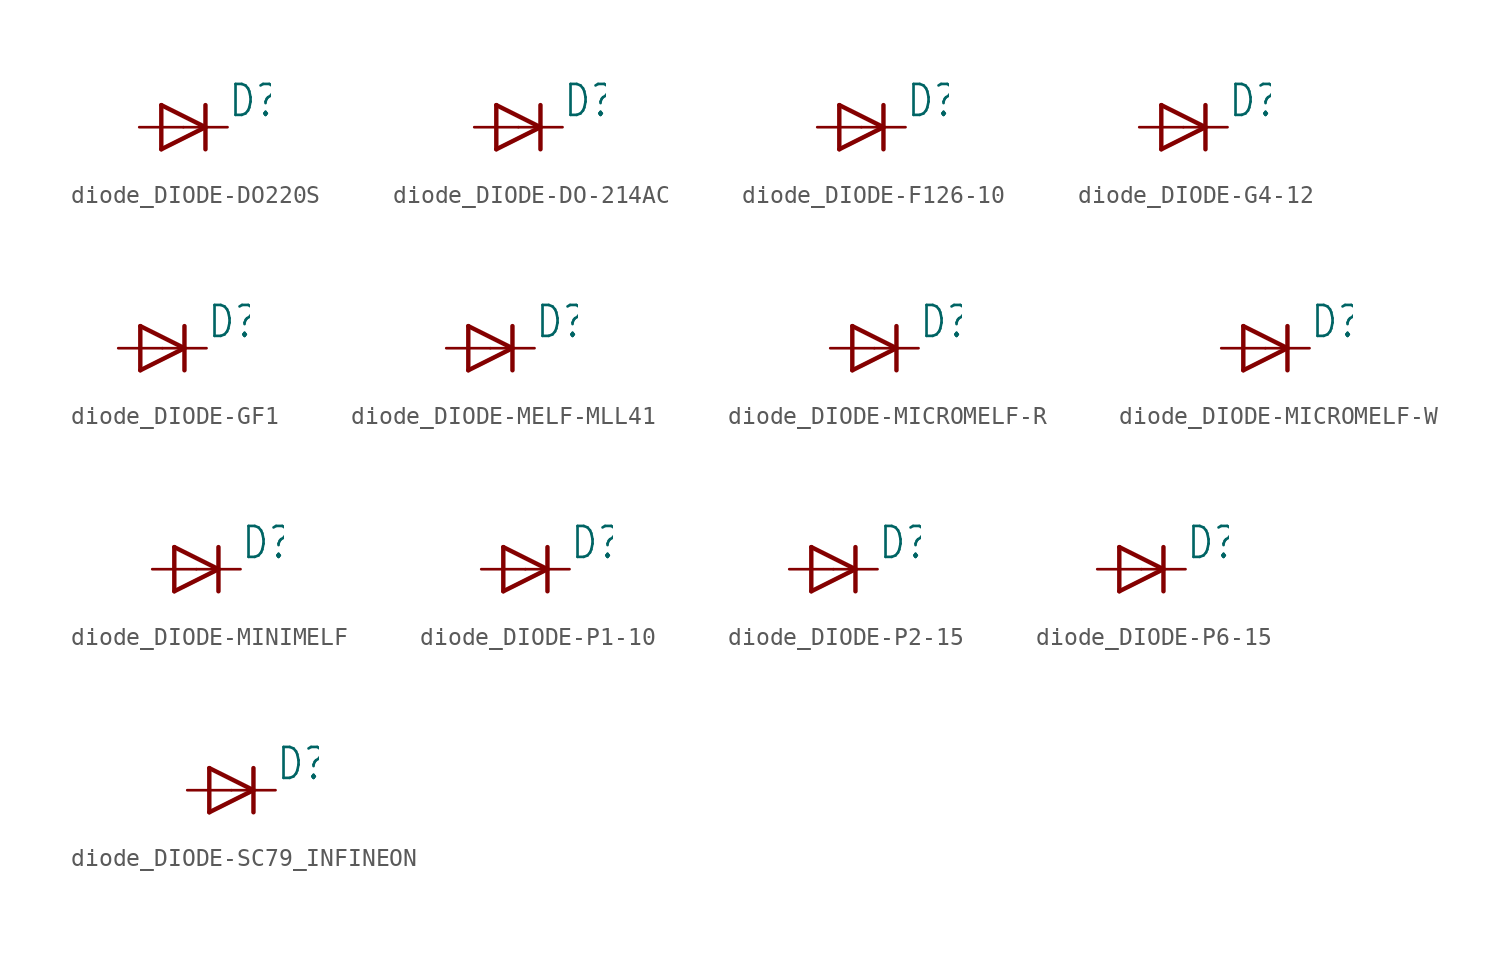
<source format=kicad_sym>
(kicad_symbol_lib
  (version 20231120)
  (generator "kicad_symbol_editor")
  (generator_version "8.0")
  (symbol "diode_DIODE-DO220S"
    (property "Reference" "D"
      (at 2.54 0.483 0)
      (effects (font (size 1.778 1.511)) (justify left bottom)))
    (property "Value" ""
      (at 2.54 -2.311 0)
      (effects (font (size 1.778 1.511)) (justify left bottom)))
    (property "ki_locked" ""
      (at 0 0 0)
      (effects (font (size 1.27 1.27))))
    (symbol "diode_DIODE-DO220S_1_0"
      (polyline (pts (xy -1.27 -1.27) (xy 1.27 0)) (stroke (width 0.254) (type solid)) (fill (type none)))
      (polyline (pts (xy -1.27 1.27) (xy -1.27 -1.27)) (stroke (width 0.254) (type solid)) (fill (type none)))
      (polyline (pts (xy 1.27 0) (xy -1.27 1.27)) (stroke (width 0.254) (type solid)) (fill (type none)))
      (polyline (pts (xy 1.27 0) (xy 1.27 -1.27)) (stroke (width 0.254) (type solid)) (fill (type none)))
      (polyline (pts (xy 1.27 1.27) (xy 1.27 0)) (stroke (width 0.254) (type solid)) (fill (type none)))
      (pin passive line (at -2.54 0 0) (length 2.54) (name "A" (effects (font (size 0 0)))) (number "A" (effects (font (size 0 0)))))
      (pin passive line (at 2.54 0 180) (length 2.54) (name "C" (effects (font (size 0 0)))) (number "C" (effects (font (size 0 0)))))))
  (symbol "diode_DIODE-DO-214AC"
    (property "Reference" "D"
      (at 2.54 0.483 0)
      (effects (font (size 1.778 1.511)) (justify left bottom)))
    (property "Value" ""
      (at 2.54 -2.311 0)
      (effects (font (size 1.778 1.511)) (justify left bottom)))
    (property "ki_locked" ""
      (at 0 0 0)
      (effects (font (size 1.27 1.27))))
    (symbol "diode_DIODE-DO-214AC_1_0"
      (polyline (pts (xy -1.27 -1.27) (xy 1.27 0)) (stroke (width 0.254) (type solid)) (fill (type none)))
      (polyline (pts (xy -1.27 1.27) (xy -1.27 -1.27)) (stroke (width 0.254) (type solid)) (fill (type none)))
      (polyline (pts (xy 1.27 0) (xy -1.27 1.27)) (stroke (width 0.254) (type solid)) (fill (type none)))
      (polyline (pts (xy 1.27 0) (xy 1.27 -1.27)) (stroke (width 0.254) (type solid)) (fill (type none)))
      (polyline (pts (xy 1.27 1.27) (xy 1.27 0)) (stroke (width 0.254) (type solid)) (fill (type none)))
      (pin passive line (at -2.54 0 0) (length 2.54) (name "A" (effects (font (size 0 0)))) (number "A" (effects (font (size 0 0)))))
      (pin passive line (at 2.54 0 180) (length 2.54) (name "C" (effects (font (size 0 0)))) (number "C" (effects (font (size 0 0)))))))
  (symbol "diode_DIODE-F126-10"
    (property "Reference" "D"
      (at 2.54 0.483 0)
      (effects (font (size 1.778 1.511)) (justify left bottom)))
    (property "Value" ""
      (at 2.54 -2.311 0)
      (effects (font (size 1.778 1.511)) (justify left bottom)))
    (property "ki_locked" ""
      (at 0 0 0)
      (effects (font (size 1.27 1.27))))
    (symbol "diode_DIODE-F126-10_1_0"
      (polyline (pts (xy -1.27 -1.27) (xy 1.27 0)) (stroke (width 0.254) (type solid)) (fill (type none)))
      (polyline (pts (xy -1.27 1.27) (xy -1.27 -1.27)) (stroke (width 0.254) (type solid)) (fill (type none)))
      (polyline (pts (xy 1.27 0) (xy -1.27 1.27)) (stroke (width 0.254) (type solid)) (fill (type none)))
      (polyline (pts (xy 1.27 0) (xy 1.27 -1.27)) (stroke (width 0.254) (type solid)) (fill (type none)))
      (polyline (pts (xy 1.27 1.27) (xy 1.27 0)) (stroke (width 0.254) (type solid)) (fill (type none)))
      (pin passive line (at -2.54 0 0) (length 2.54) (name "A" (effects (font (size 0 0)))) (number "A" (effects (font (size 0 0)))))
      (pin passive line (at 2.54 0 180) (length 2.54) (name "C" (effects (font (size 0 0)))) (number "C" (effects (font (size 0 0)))))))
  (symbol "diode_DIODE-G4-12"
    (property "Reference" "D"
      (at 2.54 0.483 0)
      (effects (font (size 1.778 1.511)) (justify left bottom)))
    (property "Value" ""
      (at 2.54 -2.311 0)
      (effects (font (size 1.778 1.511)) (justify left bottom)))
    (property "ki_locked" ""
      (at 0 0 0)
      (effects (font (size 1.27 1.27))))
    (symbol "diode_DIODE-G4-12_1_0"
      (polyline (pts (xy -1.27 -1.27) (xy 1.27 0)) (stroke (width 0.254) (type solid)) (fill (type none)))
      (polyline (pts (xy -1.27 1.27) (xy -1.27 -1.27)) (stroke (width 0.254) (type solid)) (fill (type none)))
      (polyline (pts (xy 1.27 0) (xy -1.27 1.27)) (stroke (width 0.254) (type solid)) (fill (type none)))
      (polyline (pts (xy 1.27 0) (xy 1.27 -1.27)) (stroke (width 0.254) (type solid)) (fill (type none)))
      (polyline (pts (xy 1.27 1.27) (xy 1.27 0)) (stroke (width 0.254) (type solid)) (fill (type none)))
      (pin passive line (at -2.54 0 0) (length 2.54) (name "A" (effects (font (size 0 0)))) (number "A" (effects (font (size 0 0)))))
      (pin passive line (at 2.54 0 180) (length 2.54) (name "C" (effects (font (size 0 0)))) (number "C" (effects (font (size 0 0)))))))
  (symbol "diode_DIODE-GF1"
    (property "Reference" "D"
      (at 2.54 0.483 0)
      (effects (font (size 1.778 1.511)) (justify left bottom)))
    (property "Value" ""
      (at 2.54 -2.311 0)
      (effects (font (size 1.778 1.511)) (justify left bottom)))
    (property "ki_locked" ""
      (at 0 0 0)
      (effects (font (size 1.27 1.27))))
    (symbol "diode_DIODE-GF1_1_0"
      (polyline (pts (xy -1.27 -1.27) (xy 1.27 0)) (stroke (width 0.254) (type solid)) (fill (type none)))
      (polyline (pts (xy -1.27 1.27) (xy -1.27 -1.27)) (stroke (width 0.254) (type solid)) (fill (type none)))
      (polyline (pts (xy 1.27 0) (xy -1.27 1.27)) (stroke (width 0.254) (type solid)) (fill (type none)))
      (polyline (pts (xy 1.27 0) (xy 1.27 -1.27)) (stroke (width 0.254) (type solid)) (fill (type none)))
      (polyline (pts (xy 1.27 1.27) (xy 1.27 0)) (stroke (width 0.254) (type solid)) (fill (type none)))
      (pin passive line (at -2.54 0 0) (length 2.54) (name "A" (effects (font (size 0 0)))) (number "A" (effects (font (size 0 0)))))
      (pin passive line (at 2.54 0 180) (length 2.54) (name "C" (effects (font (size 0 0)))) (number "C" (effects (font (size 0 0)))))))
  (symbol "diode_DIODE-MELF-MLL41"
    (property "Reference" "D"
      (at 2.54 0.483 0)
      (effects (font (size 1.778 1.511)) (justify left bottom)))
    (property "Value" ""
      (at 2.54 -2.311 0)
      (effects (font (size 1.778 1.511)) (justify left bottom)))
    (property "ki_locked" ""
      (at 0 0 0)
      (effects (font (size 1.27 1.27))))
    (symbol "diode_DIODE-MELF-MLL41_1_0"
      (polyline (pts (xy -1.27 -1.27) (xy 1.27 0)) (stroke (width 0.254) (type solid)) (fill (type none)))
      (polyline (pts (xy -1.27 1.27) (xy -1.27 -1.27)) (stroke (width 0.254) (type solid)) (fill (type none)))
      (polyline (pts (xy 1.27 0) (xy -1.27 1.27)) (stroke (width 0.254) (type solid)) (fill (type none)))
      (polyline (pts (xy 1.27 0) (xy 1.27 -1.27)) (stroke (width 0.254) (type solid)) (fill (type none)))
      (polyline (pts (xy 1.27 1.27) (xy 1.27 0)) (stroke (width 0.254) (type solid)) (fill (type none)))
      (pin passive line (at -2.54 0 0) (length 2.54) (name "A" (effects (font (size 0 0)))) (number "A" (effects (font (size 0 0)))))
      (pin passive line (at 2.54 0 180) (length 2.54) (name "C" (effects (font (size 0 0)))) (number "C" (effects (font (size 0 0)))))))
  (symbol "diode_DIODE-MICROMELF-R"
    (property "Reference" "D"
      (at 2.54 0.483 0)
      (effects (font (size 1.778 1.511)) (justify left bottom)))
    (property "Value" ""
      (at 2.54 -2.311 0)
      (effects (font (size 1.778 1.511)) (justify left bottom)))
    (property "ki_locked" ""
      (at 0 0 0)
      (effects (font (size 1.27 1.27))))
    (symbol "diode_DIODE-MICROMELF-R_1_0"
      (polyline (pts (xy -1.27 -1.27) (xy 1.27 0)) (stroke (width 0.254) (type solid)) (fill (type none)))
      (polyline (pts (xy -1.27 1.27) (xy -1.27 -1.27)) (stroke (width 0.254) (type solid)) (fill (type none)))
      (polyline (pts (xy 1.27 0) (xy -1.27 1.27)) (stroke (width 0.254) (type solid)) (fill (type none)))
      (polyline (pts (xy 1.27 0) (xy 1.27 -1.27)) (stroke (width 0.254) (type solid)) (fill (type none)))
      (polyline (pts (xy 1.27 1.27) (xy 1.27 0)) (stroke (width 0.254) (type solid)) (fill (type none)))
      (pin passive line (at -2.54 0 0) (length 2.54) (name "A" (effects (font (size 0 0)))) (number "A" (effects (font (size 0 0)))))
      (pin passive line (at 2.54 0 180) (length 2.54) (name "C" (effects (font (size 0 0)))) (number "C" (effects (font (size 0 0)))))))
  (symbol "diode_DIODE-MICROMELF-W"
    (property "Reference" "D"
      (at 2.54 0.483 0)
      (effects (font (size 1.778 1.511)) (justify left bottom)))
    (property "Value" ""
      (at 2.54 -2.311 0)
      (effects (font (size 1.778 1.511)) (justify left bottom)))
    (property "ki_locked" ""
      (at 0 0 0)
      (effects (font (size 1.27 1.27))))
    (symbol "diode_DIODE-MICROMELF-W_1_0"
      (polyline (pts (xy -1.27 -1.27) (xy 1.27 0)) (stroke (width 0.254) (type solid)) (fill (type none)))
      (polyline (pts (xy -1.27 1.27) (xy -1.27 -1.27)) (stroke (width 0.254) (type solid)) (fill (type none)))
      (polyline (pts (xy 1.27 0) (xy -1.27 1.27)) (stroke (width 0.254) (type solid)) (fill (type none)))
      (polyline (pts (xy 1.27 0) (xy 1.27 -1.27)) (stroke (width 0.254) (type solid)) (fill (type none)))
      (polyline (pts (xy 1.27 1.27) (xy 1.27 0)) (stroke (width 0.254) (type solid)) (fill (type none)))
      (pin passive line (at -2.54 0 0) (length 2.54) (name "A" (effects (font (size 0 0)))) (number "A" (effects (font (size 0 0)))))
      (pin passive line (at 2.54 0 180) (length 2.54) (name "C" (effects (font (size 0 0)))) (number "C" (effects (font (size 0 0)))))))
  (symbol "diode_DIODE-MINIMELF"
    (property "Reference" "D"
      (at 2.54 0.483 0)
      (effects (font (size 1.778 1.511)) (justify left bottom)))
    (property "Value" ""
      (at 2.54 -2.311 0)
      (effects (font (size 1.778 1.511)) (justify left bottom)))
    (property "ki_locked" ""
      (at 0 0 0)
      (effects (font (size 1.27 1.27))))
    (symbol "diode_DIODE-MINIMELF_1_0"
      (polyline (pts (xy -1.27 -1.27) (xy 1.27 0)) (stroke (width 0.254) (type solid)) (fill (type none)))
      (polyline (pts (xy -1.27 1.27) (xy -1.27 -1.27)) (stroke (width 0.254) (type solid)) (fill (type none)))
      (polyline (pts (xy 1.27 0) (xy -1.27 1.27)) (stroke (width 0.254) (type solid)) (fill (type none)))
      (polyline (pts (xy 1.27 0) (xy 1.27 -1.27)) (stroke (width 0.254) (type solid)) (fill (type none)))
      (polyline (pts (xy 1.27 1.27) (xy 1.27 0)) (stroke (width 0.254) (type solid)) (fill (type none)))
      (pin passive line (at -2.54 0 0) (length 2.54) (name "A" (effects (font (size 0 0)))) (number "A" (effects (font (size 0 0)))))
      (pin passive line (at 2.54 0 180) (length 2.54) (name "C" (effects (font (size 0 0)))) (number "C" (effects (font (size 0 0)))))))
  (symbol "diode_DIODE-P1-10"
    (property "Reference" "D"
      (at 2.54 0.483 0)
      (effects (font (size 1.778 1.511)) (justify left bottom)))
    (property "Value" ""
      (at 2.54 -2.311 0)
      (effects (font (size 1.778 1.511)) (justify left bottom)))
    (property "ki_locked" ""
      (at 0 0 0)
      (effects (font (size 1.27 1.27))))
    (symbol "diode_DIODE-P1-10_1_0"
      (polyline (pts (xy -1.27 -1.27) (xy 1.27 0)) (stroke (width 0.254) (type solid)) (fill (type none)))
      (polyline (pts (xy -1.27 1.27) (xy -1.27 -1.27)) (stroke (width 0.254) (type solid)) (fill (type none)))
      (polyline (pts (xy 1.27 0) (xy -1.27 1.27)) (stroke (width 0.254) (type solid)) (fill (type none)))
      (polyline (pts (xy 1.27 0) (xy 1.27 -1.27)) (stroke (width 0.254) (type solid)) (fill (type none)))
      (polyline (pts (xy 1.27 1.27) (xy 1.27 0)) (stroke (width 0.254) (type solid)) (fill (type none)))
      (pin passive line (at -2.54 0 0) (length 2.54) (name "A" (effects (font (size 0 0)))) (number "A" (effects (font (size 0 0)))))
      (pin passive line (at 2.54 0 180) (length 2.54) (name "C" (effects (font (size 0 0)))) (number "C" (effects (font (size 0 0)))))))
  (symbol "diode_DIODE-P2-15"
    (property "Reference" "D"
      (at 2.54 0.483 0)
      (effects (font (size 1.778 1.511)) (justify left bottom)))
    (property "Value" ""
      (at 2.54 -2.311 0)
      (effects (font (size 1.778 1.511)) (justify left bottom)))
    (property "ki_locked" ""
      (at 0 0 0)
      (effects (font (size 1.27 1.27))))
    (symbol "diode_DIODE-P2-15_1_0"
      (polyline (pts (xy -1.27 -1.27) (xy 1.27 0)) (stroke (width 0.254) (type solid)) (fill (type none)))
      (polyline (pts (xy -1.27 1.27) (xy -1.27 -1.27)) (stroke (width 0.254) (type solid)) (fill (type none)))
      (polyline (pts (xy 1.27 0) (xy -1.27 1.27)) (stroke (width 0.254) (type solid)) (fill (type none)))
      (polyline (pts (xy 1.27 0) (xy 1.27 -1.27)) (stroke (width 0.254) (type solid)) (fill (type none)))
      (polyline (pts (xy 1.27 1.27) (xy 1.27 0)) (stroke (width 0.254) (type solid)) (fill (type none)))
      (pin passive line (at -2.54 0 0) (length 2.54) (name "A" (effects (font (size 0 0)))) (number "A" (effects (font (size 0 0)))))
      (pin passive line (at 2.54 0 180) (length 2.54) (name "C" (effects (font (size 0 0)))) (number "C" (effects (font (size 0 0)))))))
  (symbol "diode_DIODE-P6-15"
    (property "Reference" "D"
      (at 2.54 0.483 0)
      (effects (font (size 1.778 1.511)) (justify left bottom)))
    (property "Value" ""
      (at 2.54 -2.311 0)
      (effects (font (size 1.778 1.511)) (justify left bottom)))
    (property "ki_locked" ""
      (at 0 0 0)
      (effects (font (size 1.27 1.27))))
    (symbol "diode_DIODE-P6-15_1_0"
      (polyline (pts (xy -1.27 -1.27) (xy 1.27 0)) (stroke (width 0.254) (type solid)) (fill (type none)))
      (polyline (pts (xy -1.27 1.27) (xy -1.27 -1.27)) (stroke (width 0.254) (type solid)) (fill (type none)))
      (polyline (pts (xy 1.27 0) (xy -1.27 1.27)) (stroke (width 0.254) (type solid)) (fill (type none)))
      (polyline (pts (xy 1.27 0) (xy 1.27 -1.27)) (stroke (width 0.254) (type solid)) (fill (type none)))
      (polyline (pts (xy 1.27 1.27) (xy 1.27 0)) (stroke (width 0.254) (type solid)) (fill (type none)))
      (pin passive line (at -2.54 0 0) (length 2.54) (name "A" (effects (font (size 0 0)))) (number "A" (effects (font (size 0 0)))))
      (pin passive line (at 2.54 0 180) (length 2.54) (name "C" (effects (font (size 0 0)))) (number "C" (effects (font (size 0 0)))))))
  (symbol "diode_DIODE-SC79_INFINEON"
    (property "Reference" "D"
      (at 2.54 0.483 0)
      (effects (font (size 1.778 1.511)) (justify left bottom)))
    (property "Value" ""
      (at 2.54 -2.311 0)
      (effects (font (size 1.778 1.511)) (justify left bottom)))
    (property "ki_locked" ""
      (at 0 0 0)
      (effects (font (size 1.27 1.27))))
    (symbol "diode_DIODE-SC79_INFINEON_1_0"
      (polyline (pts (xy -1.27 -1.27) (xy 1.27 0)) (stroke (width 0.254) (type solid)) (fill (type none)))
      (polyline (pts (xy -1.27 1.27) (xy -1.27 -1.27)) (stroke (width 0.254) (type solid)) (fill (type none)))
      (polyline (pts (xy 1.27 0) (xy -1.27 1.27)) (stroke (width 0.254) (type solid)) (fill (type none)))
      (polyline (pts (xy 1.27 0) (xy 1.27 -1.27)) (stroke (width 0.254) (type solid)) (fill (type none)))
      (polyline (pts (xy 1.27 1.27) (xy 1.27 0)) (stroke (width 0.254) (type solid)) (fill (type none)))
      (pin passive line (at -2.54 0 0) (length 2.54) (name "A" (effects (font (size 0 0)))) (number "A" (effects (font (size 0 0)))))
      (pin passive line (at 2.54 0 180) (length 2.54) (name "C" (effects (font (size 0 0)))) (number "C" (effects (font (size 0 0))))))))
</source>
